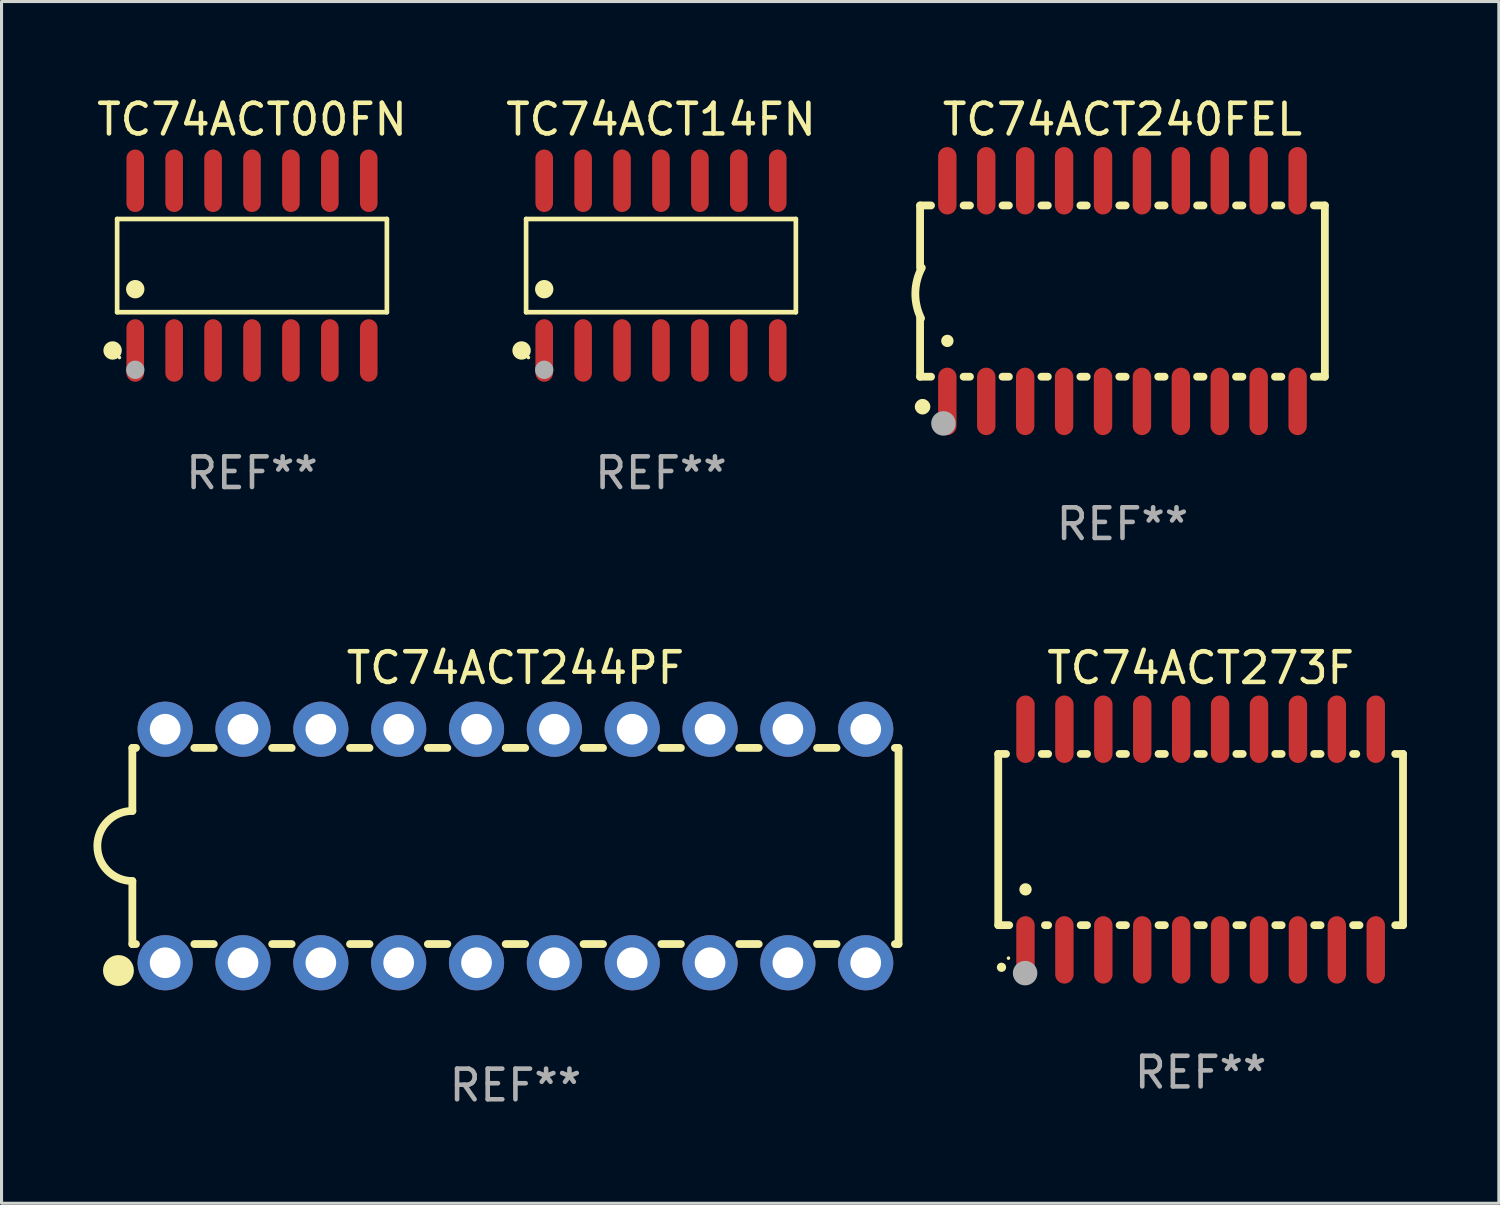
<source format=kicad_pcb>
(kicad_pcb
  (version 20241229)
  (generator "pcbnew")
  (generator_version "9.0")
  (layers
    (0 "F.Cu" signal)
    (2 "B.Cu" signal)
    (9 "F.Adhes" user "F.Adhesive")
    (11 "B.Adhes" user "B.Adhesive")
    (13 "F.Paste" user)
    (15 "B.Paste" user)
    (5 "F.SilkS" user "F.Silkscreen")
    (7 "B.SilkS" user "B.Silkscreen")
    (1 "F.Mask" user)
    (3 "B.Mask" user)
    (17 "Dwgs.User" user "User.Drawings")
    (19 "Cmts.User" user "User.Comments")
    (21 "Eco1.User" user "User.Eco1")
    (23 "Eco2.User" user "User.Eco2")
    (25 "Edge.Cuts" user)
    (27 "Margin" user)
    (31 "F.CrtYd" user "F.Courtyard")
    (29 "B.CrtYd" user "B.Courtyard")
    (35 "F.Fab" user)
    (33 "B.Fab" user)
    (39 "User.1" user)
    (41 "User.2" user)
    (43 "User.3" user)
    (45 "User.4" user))
  (footprint "TC74ACT00FN"
    (layer "F.Cu")
    (at 5.173 5.617)
    (property "Reference" "TC74ACT00FN" (at 0 -4.769 0) (layer "F.SilkS") (effects (font (size 1 1) (thickness 0.15))))
    (attr through_hole)
    (fp_line (start -4.401 -1.521) (end 4.401 -1.521) (stroke (width 0.152) (type solid)) (layer "F.SilkS"))
    (fp_line (start -4.401 1.521) (end -4.401 -1.521) (stroke (width 0.152) (type solid)) (layer "F.SilkS"))
    (fp_line (start 4.401 -1.521) (end 4.401 1.521) (stroke (width 0.152) (type solid)) (layer "F.SilkS"))
    (fp_line (start 4.401 1.521) (end -4.401 1.521) (stroke (width 0.152) (type solid)) (layer "F.SilkS"))
    (fp_circle (center -4.549 2.769) (end -4.399 2.769) (stroke (width 0.3) (type solid)) (fill no) (layer "F.SilkS"))
    (fp_circle (center -4.325 3) (end -4.295 3) (stroke (width 0.06) (type solid)) (fill no) (layer "F.SilkS"))
    (fp_circle (center -3.81 0.769) (end -3.66 0.769) (stroke (width 0.3) (type solid)) (fill no) (layer "F.SilkS"))
    (fp_circle (center -3.81 3.4) (end -3.66 3.4) (stroke (width 0.3) (type solid)) (fill no) (layer "F.Fab"))
    (fp_text user "REF**" (at 0 6.769 0) (layer "F.Fab") (effects (font (size 1 1) (thickness 0.15))))
    (pad "1" smd oval (at -3.81 2.769) (size 0.574 2.038) (layers "F.Cu" "F.Mask" "F.Paste"))
    (pad "2" smd oval (at -2.54 2.769) (size 0.574 2.038) (layers "F.Cu" "F.Mask" "F.Paste"))
    (pad "3" smd oval (at -1.27 2.769) (size 0.574 2.038) (layers "F.Cu" "F.Mask" "F.Paste"))
    (pad "4" smd oval (at 0 2.769) (size 0.574 2.038) (layers "F.Cu" "F.Mask" "F.Paste"))
    (pad "5" smd oval (at 1.27 2.769) (size 0.574 2.038) (layers "F.Cu" "F.Mask" "F.Paste"))
    (pad "6" smd oval (at 2.54 2.769) (size 0.574 2.038) (layers "F.Cu" "F.Mask" "F.Paste"))
    (pad "7" smd oval (at 3.81 2.769) (size 0.574 2.038) (layers "F.Cu" "F.Mask" "F.Paste"))
    (pad "8" smd oval (at 3.81 -2.769) (size 0.574 2.038) (layers "F.Cu" "F.Mask" "F.Paste"))
    (pad "9" smd oval (at 2.54 -2.769) (size 0.574 2.038) (layers "F.Cu" "F.Mask" "F.Paste"))
    (pad "10" smd oval (at 1.27 -2.769) (size 0.574 2.038) (layers "F.Cu" "F.Mask" "F.Paste"))
    (pad "11" smd oval (at 0 -2.769) (size 0.574 2.038) (layers "F.Cu" "F.Mask" "F.Paste"))
    (pad "12" smd oval (at -1.27 -2.769) (size 0.574 2.038) (layers "F.Cu" "F.Mask" "F.Paste"))
    (pad "13" smd oval (at -2.54 -2.769) (size 0.574 2.038) (layers "F.Cu" "F.Mask" "F.Paste"))
    (pad "14" smd oval (at -3.81 -2.769) (size 0.574 2.038) (layers "F.Cu" "F.Mask" "F.Paste")))
  (footprint "TC74ACT273F"
    (layer "F.Cu")
    (at 36.127 24.345)
    (property "Reference" "TC74ACT273F" (at 0 -5.6 0) (layer "F.SilkS") (effects (font (size 1 1) (thickness 0.15))))
    (attr through_hole)
    (fp_line (start -6.604 -2.794) (end -6.604 2.794) (stroke (width 0.254) (type solid)) (layer "F.SilkS"))
    (fp_line (start -6.604 2.794) (end -6.246 2.794) (stroke (width 0.254) (type solid)) (layer "F.SilkS"))
    (fp_line (start -6.35 -2.794) (end -6.604 -2.794) (stroke (width 0.254) (type solid)) (layer "F.SilkS"))
    (fp_line (start -5.184 -2.794) (end -4.976 -2.794) (stroke (width 0.254) (type solid)) (layer "F.SilkS"))
    (fp_line (start -5.08 2.794) (end -4.976 2.794) (stroke (width 0.254) (type solid)) (layer "F.SilkS"))
    (fp_line (start -3.914 -2.794) (end -3.706 -2.794) (stroke (width 0.254) (type solid)) (layer "F.SilkS"))
    (fp_line (start -3.914 2.794) (end -3.706 2.794) (stroke (width 0.254) (type solid)) (layer "F.SilkS"))
    (fp_line (start -2.644 -2.794) (end -2.436 -2.794) (stroke (width 0.254) (type solid)) (layer "F.SilkS"))
    (fp_line (start -2.644 2.794) (end -2.436 2.794) (stroke (width 0.254) (type solid)) (layer "F.SilkS"))
    (fp_line (start -1.374 -2.794) (end -1.166 -2.794) (stroke (width 0.254) (type solid)) (layer "F.SilkS"))
    (fp_line (start -1.374 2.794) (end -1.166 2.794) (stroke (width 0.254) (type solid)) (layer "F.SilkS"))
    (fp_line (start -0.104 -2.794) (end 0.104 -2.794) (stroke (width 0.254) (type solid)) (layer "F.SilkS"))
    (fp_line (start -0.104 2.794) (end 0.104 2.794) (stroke (width 0.254) (type solid)) (layer "F.SilkS"))
    (fp_line (start 1.166 -2.794) (end 1.374 -2.794) (stroke (width 0.254) (type solid)) (layer "F.SilkS"))
    (fp_line (start 1.166 2.794) (end 1.374 2.794) (stroke (width 0.254) (type solid)) (layer "F.SilkS"))
    (fp_line (start 2.436 -2.794) (end 2.644 -2.794) (stroke (width 0.254) (type solid)) (layer "F.SilkS"))
    (fp_line (start 2.436 2.794) (end 2.644 2.794) (stroke (width 0.254) (type solid)) (layer "F.SilkS"))
    (fp_line (start 3.706 -2.794) (end 3.914 -2.794) (stroke (width 0.254) (type solid)) (layer "F.SilkS"))
    (fp_line (start 3.706 2.794) (end 3.914 2.794) (stroke (width 0.254) (type solid)) (layer "F.SilkS"))
    (fp_line (start 4.976 -2.794) (end 5.08 -2.794) (stroke (width 0.254) (type solid)) (layer "F.SilkS"))
    (fp_line (start 4.976 2.794) (end 5.184 2.794) (stroke (width 0.254) (type solid)) (layer "F.SilkS"))
    (fp_line (start 6.35 -2.794) (end 6.604 -2.794) (stroke (width 0.254) (type solid)) (layer "F.SilkS"))
    (fp_line (start 6.604 -2.794) (end 6.604 2.794) (stroke (width 0.254) (type solid)) (layer "F.SilkS"))
    (fp_line (start 6.604 2.794) (end 6.35 2.794) (stroke (width 0.254) (type solid)) (layer "F.SilkS"))
    (fp_arc (start -6.499619 4.167793) (mid -6.498349 4.167788) (end -6.497079 4.167793) (stroke (width 0.3) (type solid)) (layer "F.SilkS"))
    (fp_arc (start -5.715011 1.625603) (mid -5.713741 1.625599) (end -5.712471 1.625603) (stroke (width 0.4) (type solid)) (layer "F.SilkS"))
    (fp_circle (center -6.27 3.87) (end -6.24 3.87) (stroke (width 0.06) (type solid)) (fill no) (layer "F.SilkS"))
    (fp_circle (center -5.727 4.359) (end -5.527 4.359) (stroke (width 0.4) (type solid)) (fill no) (layer "F.Fab"))
    (fp_text user "REF**" (at 0 7.6 0) (layer "F.Fab") (effects (font (size 1 1) (thickness 0.15))))
    (pad "1" smd oval (at -5.715 3.6) (size 0.6 2.2) (layers "F.Cu" "F.Mask" "F.Paste"))
    (pad "2" smd oval (at -4.445 3.6) (size 0.6 2.2) (layers "F.Cu" "F.Mask" "F.Paste"))
    (pad "3" smd oval (at -3.175 3.6) (size 0.6 2.2) (layers "F.Cu" "F.Mask" "F.Paste"))
    (pad "4" smd oval (at -1.905 3.6) (size 0.6 2.2) (layers "F.Cu" "F.Mask" "F.Paste"))
    (pad "5" smd oval (at -0.635 3.6) (size 0.6 2.2) (layers "F.Cu" "F.Mask" "F.Paste"))
    (pad "6" smd oval (at 0.635 3.6) (size 0.6 2.2) (layers "F.Cu" "F.Mask" "F.Paste"))
    (pad "7" smd oval (at 1.905 3.6) (size 0.6 2.2) (layers "F.Cu" "F.Mask" "F.Paste"))
    (pad "8" smd oval (at 3.175 3.6) (size 0.6 2.2) (layers "F.Cu" "F.Mask" "F.Paste"))
    (pad "9" smd oval (at 4.445 3.6) (size 0.6 2.2) (layers "F.Cu" "F.Mask" "F.Paste"))
    (pad "10" smd oval (at 5.715 3.6) (size 0.6 2.2) (layers "F.Cu" "F.Mask" "F.Paste"))
    (pad "11" smd oval (at 5.715 -3.6 180) (size 0.6 2.2) (layers "F.Cu" "F.Mask" "F.Paste"))
    (pad "12" smd oval (at 4.445 -3.6 180) (size 0.6 2.2) (layers "F.Cu" "F.Mask" "F.Paste"))
    (pad "13" smd oval (at 3.175 -3.6 180) (size 0.6 2.2) (layers "F.Cu" "F.Mask" "F.Paste"))
    (pad "14" smd oval (at 1.905 -3.6 180) (size 0.6 2.2) (layers "F.Cu" "F.Mask" "F.Paste"))
    (pad "15" smd oval (at 0.635 -3.6 180) (size 0.6 2.2) (layers "F.Cu" "F.Mask" "F.Paste"))
    (pad "16" smd oval (at -0.635 -3.6 180) (size 0.6 2.2) (layers "F.Cu" "F.Mask" "F.Paste"))
    (pad "17" smd oval (at -1.905 -3.6 180) (size 0.6 2.2) (layers "F.Cu" "F.Mask" "F.Paste"))
    (pad "18" smd oval (at -3.175 -3.6 180) (size 0.6 2.2) (layers "F.Cu" "F.Mask" "F.Paste"))
    (pad "19" smd oval (at -4.445 -3.6 180) (size 0.6 2.2) (layers "F.Cu" "F.Mask" "F.Paste"))
    (pad "20" smd oval (at -5.715 -3.6 180) (size 0.6 2.2) (layers "F.Cu" "F.Mask" "F.Paste")))
  (footprint "TC74ACT240FEL"
    (layer "F.Cu")
    (at 33.577 6.448)
    (property "Reference" "TC74ACT240FEL" (at 0 -5.6 0) (layer "F.SilkS") (effects (font (size 1 1) (thickness 0.15))))
    (attr through_hole)
    (fp_line (start -6.604 -2.794) (end -6.246 -2.794) (stroke (width 0.254) (type solid)) (layer "F.SilkS"))
    (fp_line (start -6.604 -0.762) (end -6.604 -2.794) (stroke (width 0.254) (type solid)) (layer "F.SilkS"))
    (fp_line (start -6.604 2.794) (end -6.604 0.889) (stroke (width 0.254) (type solid)) (layer "F.SilkS"))
    (fp_line (start -6.246 2.794) (end -6.604 2.794) (stroke (width 0.254) (type solid)) (layer "F.SilkS"))
    (fp_line (start -5.184 -2.794) (end -4.976 -2.794) (stroke (width 0.254) (type solid)) (layer "F.SilkS"))
    (fp_line (start -4.976 2.794) (end -5.184 2.794) (stroke (width 0.254) (type solid)) (layer "F.SilkS"))
    (fp_line (start -3.914 -2.794) (end -3.706 -2.794) (stroke (width 0.254) (type solid)) (layer "F.SilkS"))
    (fp_line (start -3.706 2.794) (end -3.914 2.794) (stroke (width 0.254) (type solid)) (layer "F.SilkS"))
    (fp_line (start -2.644 -2.794) (end -2.436 -2.794) (stroke (width 0.254) (type solid)) (layer "F.SilkS"))
    (fp_line (start -2.436 2.794) (end -2.644 2.794) (stroke (width 0.254) (type solid)) (layer "F.SilkS"))
    (fp_line (start -1.374 -2.794) (end -1.166 -2.794) (stroke (width 0.254) (type solid)) (layer "F.SilkS"))
    (fp_line (start -1.166 2.794) (end -1.374 2.794) (stroke (width 0.254) (type solid)) (layer "F.SilkS"))
    (fp_line (start -0.104 -2.794) (end 0.104 -2.794) (stroke (width 0.254) (type solid)) (layer "F.SilkS"))
    (fp_line (start 0.104 2.794) (end -0.104 2.794) (stroke (width 0.254) (type solid)) (layer "F.SilkS"))
    (fp_line (start 1.166 -2.794) (end 1.374 -2.794) (stroke (width 0.254) (type solid)) (layer "F.SilkS"))
    (fp_line (start 1.374 2.794) (end 1.166 2.794) (stroke (width 0.254) (type solid)) (layer "F.SilkS"))
    (fp_line (start 2.436 -2.794) (end 2.644 -2.794) (stroke (width 0.254) (type solid)) (layer "F.SilkS"))
    (fp_line (start 2.644 2.794) (end 2.436 2.794) (stroke (width 0.254) (type solid)) (layer "F.SilkS"))
    (fp_line (start 3.706 -2.794) (end 3.914 -2.794) (stroke (width 0.254) (type solid)) (layer "F.SilkS"))
    (fp_line (start 3.914 2.794) (end 3.706 2.794) (stroke (width 0.254) (type solid)) (layer "F.SilkS"))
    (fp_line (start 4.976 -2.794) (end 5.184 -2.794) (stroke (width 0.254) (type solid)) (layer "F.SilkS"))
    (fp_line (start 5.184 2.794) (end 4.976 2.794) (stroke (width 0.254) (type solid)) (layer "F.SilkS"))
    (fp_line (start 6.246 -2.794) (end 6.604 -2.794) (stroke (width 0.254) (type solid)) (layer "F.SilkS"))
    (fp_line (start 6.604 -2.794) (end 6.604 2.794) (stroke (width 0.254) (type solid)) (layer "F.SilkS"))
    (fp_line (start 6.604 2.794) (end 6.246 2.794) (stroke (width 0.254) (type solid)) (layer "F.SilkS"))
    (fp_arc (start -6.572821 0.889028) (mid -6.759035 0.060466) (end -6.547422 -0.761976) (stroke (width 0.254001) (type solid)) (layer "F.SilkS"))
    (fp_arc (start -6.570993 3.749047) (mid -6.569723 3.749042) (end -6.568453 3.749047) (stroke (width 0.3) (type solid)) (layer "F.SilkS"))
    (fp_arc (start -5.715011 1.625603) (mid -5.713741 1.625599) (end -5.712471 1.625603) (stroke (width 0.4) (type solid)) (layer "F.SilkS"))
    (fp_circle (center -6.523 3.773) (end -6.396 3.773) (stroke (width 0.254) (type solid)) (fill no) (layer "F.SilkS"))
    (fp_circle (center -5.842 4.318) (end -5.642 4.318) (stroke (width 0.4) (type solid)) (fill no) (layer "F.Fab"))
    (fp_text user "REF**" (at 0 7.6 0) (layer "F.Fab") (effects (font (size 1 1) (thickness 0.15))))
    (pad "1" smd oval (at -5.715 3.6) (size 0.6 2.2) (layers "F.Cu" "F.Mask" "F.Paste"))
    (pad "2" smd oval (at -4.445 3.6) (size 0.6 2.2) (layers "F.Cu" "F.Mask" "F.Paste"))
    (pad "3" smd oval (at -3.175 3.6) (size 0.6 2.2) (layers "F.Cu" "F.Mask" "F.Paste"))
    (pad "4" smd oval (at -1.905 3.6) (size 0.6 2.2) (layers "F.Cu" "F.Mask" "F.Paste"))
    (pad "5" smd oval (at -0.635 3.6) (size 0.6 2.2) (layers "F.Cu" "F.Mask" "F.Paste"))
    (pad "6" smd oval (at 0.635 3.6) (size 0.6 2.2) (layers "F.Cu" "F.Mask" "F.Paste"))
    (pad "7" smd oval (at 1.905 3.6) (size 0.6 2.2) (layers "F.Cu" "F.Mask" "F.Paste"))
    (pad "8" smd oval (at 3.175 3.6) (size 0.6 2.2) (layers "F.Cu" "F.Mask" "F.Paste"))
    (pad "9" smd oval (at 4.445 3.6) (size 0.6 2.2) (layers "F.Cu" "F.Mask" "F.Paste"))
    (pad "10" smd oval (at 5.715 3.6) (size 0.6 2.2) (layers "F.Cu" "F.Mask" "F.Paste"))
    (pad "11" smd oval (at 5.715 -3.6 180) (size 0.6 2.2) (layers "F.Cu" "F.Mask" "F.Paste"))
    (pad "12" smd oval (at 4.445 -3.6 180) (size 0.6 2.2) (layers "F.Cu" "F.Mask" "F.Paste"))
    (pad "13" smd oval (at 3.175 -3.6 180) (size 0.6 2.2) (layers "F.Cu" "F.Mask" "F.Paste"))
    (pad "14" smd oval (at 1.905 -3.6 180) (size 0.6 2.2) (layers "F.Cu" "F.Mask" "F.Paste"))
    (pad "15" smd oval (at 0.635 -3.6 180) (size 0.6 2.2) (layers "F.Cu" "F.Mask" "F.Paste"))
    (pad "16" smd oval (at -0.635 -3.6 180) (size 0.6 2.2) (layers "F.Cu" "F.Mask" "F.Paste"))
    (pad "17" smd oval (at -1.905 -3.6 180) (size 0.6 2.2) (layers "F.Cu" "F.Mask" "F.Paste"))
    (pad "18" smd oval (at -3.175 -3.6 180) (size 0.6 2.2) (layers "F.Cu" "F.Mask" "F.Paste"))
    (pad "19" smd oval (at -4.445 -3.6 180) (size 0.6 2.2) (layers "F.Cu" "F.Mask" "F.Paste"))
    (pad "20" smd oval (at -5.715 -3.6 180) (size 0.6 2.2) (layers "F.Cu" "F.Mask" "F.Paste")))
  (footprint "TC74ACT244PF"
    (layer "F.Cu")
    (at 13.769 24.555)
    (property "Reference" "TC74ACT244PF" (at 0 -5.81 0) (layer "F.SilkS") (effects (font (size 1 1) (thickness 0.15))))
    (attr through_hole)
    (fp_line (start -12.5 -3.2) (end -12.5 -1.143) (stroke (width 0.254) (type solid)) (layer "F.SilkS"))
    (fp_line (start -12.5 -3.2) (end -12.382 -3.2) (stroke (width 0.254) (type solid)) (layer "F.SilkS"))
    (fp_line (start -12.5 3.2) (end -12.5 1.143) (stroke (width 0.254) (type solid)) (layer "F.SilkS"))
    (fp_line (start -12.5 3.2) (end -12.382 3.2) (stroke (width 0.254) (type solid)) (layer "F.SilkS"))
    (fp_line (start -10.478 -3.2) (end -9.842 -3.2) (stroke (width 0.254) (type solid)) (layer "F.SilkS"))
    (fp_line (start -10.478 3.2) (end -9.842 3.2) (stroke (width 0.254) (type solid)) (layer "F.SilkS"))
    (fp_line (start -7.938 -3.2) (end -7.302 -3.2) (stroke (width 0.254) (type solid)) (layer "F.SilkS"))
    (fp_line (start -7.938 3.2) (end -7.302 3.2) (stroke (width 0.254) (type solid)) (layer "F.SilkS"))
    (fp_line (start -5.398 -3.2) (end -4.762 -3.2) (stroke (width 0.254) (type solid)) (layer "F.SilkS"))
    (fp_line (start -5.398 3.2) (end -4.762 3.2) (stroke (width 0.254) (type solid)) (layer "F.SilkS"))
    (fp_line (start -2.858 -3.2) (end -2.222 -3.2) (stroke (width 0.254) (type solid)) (layer "F.SilkS"))
    (fp_line (start -2.858 3.2) (end -2.222 3.2) (stroke (width 0.254) (type solid)) (layer "F.SilkS"))
    (fp_line (start -0.318 -3.2) (end 0.318 -3.2) (stroke (width 0.254) (type solid)) (layer "F.SilkS"))
    (fp_line (start -0.318 3.2) (end 0.318 3.2) (stroke (width 0.254) (type solid)) (layer "F.SilkS"))
    (fp_line (start 2.222 -3.2) (end 2.858 -3.2) (stroke (width 0.254) (type solid)) (layer "F.SilkS"))
    (fp_line (start 2.222 3.2) (end 2.858 3.2) (stroke (width 0.254) (type solid)) (layer "F.SilkS"))
    (fp_line (start 4.762 -3.2) (end 5.398 -3.2) (stroke (width 0.254) (type solid)) (layer "F.SilkS"))
    (fp_line (start 4.762 3.2) (end 5.398 3.2) (stroke (width 0.254) (type solid)) (layer "F.SilkS"))
    (fp_line (start 7.302 -3.2) (end 7.938 -3.2) (stroke (width 0.254) (type solid)) (layer "F.SilkS"))
    (fp_line (start 7.302 3.2) (end 7.938 3.2) (stroke (width 0.254) (type solid)) (layer "F.SilkS"))
    (fp_line (start 9.842 -3.2) (end 10.478 -3.2) (stroke (width 0.254) (type solid)) (layer "F.SilkS"))
    (fp_line (start 9.842 3.2) (end 10.478 3.2) (stroke (width 0.254) (type solid)) (layer "F.SilkS"))
    (fp_line (start 12.382 -3.2) (end 12.5 -3.2) (stroke (width 0.254) (type solid)) (layer "F.SilkS"))
    (fp_line (start 12.382 3.2) (end 12.5 3.2) (stroke (width 0.254) (type solid)) (layer "F.SilkS"))
    (fp_line (start 12.5 -3.2) (end 12.5 3.2) (stroke (width 0.254) (type solid)) (layer "F.SilkS"))
    (fp_arc (start -12.500025 1.143002) (mid -13.642367 -0.00033) (end -12.499365 -1.143002) (stroke (width 0.254001) (type solid)) (layer "F.SilkS"))
    (fp_circle (center -12.954 4.064) (end -12.7 4.064) (stroke (width 0.5) (type solid)) (fill no) (layer "F.SilkS"))
    (fp_text user "REF**" (at 0 7.81 0) (layer "F.Fab") (effects (font (size 1 1) (thickness 0.15))))
    (pad "1" thru_hole circle (at -11.43 3.81) (size 1.8 1.8) (drill 1) (layers "*.Cu" "*.Mask"))
    (pad "2" thru_hole circle (at -8.89 3.81) (size 1.8 1.8) (drill 1) (layers "*.Cu" "*.Mask"))
    (pad "3" thru_hole circle (at -6.35 3.81) (size 1.8 1.8) (drill 1) (layers "*.Cu" "*.Mask"))
    (pad "4" thru_hole circle (at -3.81 3.81) (size 1.8 1.8) (drill 1) (layers "*.Cu" "*.Mask"))
    (pad "5" thru_hole circle (at -1.27 3.81) (size 1.8 1.8) (drill 1) (layers "*.Cu" "*.Mask"))
    (pad "6" thru_hole circle (at 1.27 3.81) (size 1.8 1.8) (drill 1) (layers "*.Cu" "*.Mask"))
    (pad "7" thru_hole circle (at 3.81 3.81) (size 1.8 1.8) (drill 1) (layers "*.Cu" "*.Mask"))
    (pad "8" thru_hole circle (at 6.35 3.81) (size 1.8 1.8) (drill 1) (layers "*.Cu" "*.Mask"))
    (pad "9" thru_hole circle (at 8.89 3.81) (size 1.8 1.8) (drill 1) (layers "*.Cu" "*.Mask"))
    (pad "10" thru_hole circle (at 11.43 3.81) (size 1.8 1.8) (drill 1) (layers "*.Cu" "*.Mask"))
    (pad "11" thru_hole circle (at 11.43 -3.81) (size 1.8 1.8) (drill 1) (layers "*.Cu" "*.Mask"))
    (pad "12" thru_hole circle (at 8.89 -3.81) (size 1.8 1.8) (drill 1) (layers "*.Cu" "*.Mask"))
    (pad "13" thru_hole circle (at 6.35 -3.81) (size 1.8 1.8) (drill 1) (layers "*.Cu" "*.Mask"))
    (pad "14" thru_hole circle (at 3.81 -3.81) (size 1.8 1.8) (drill 1) (layers "*.Cu" "*.Mask"))
    (pad "15" thru_hole circle (at 1.27 -3.81) (size 1.8 1.8) (drill 1) (layers "*.Cu" "*.Mask"))
    (pad "16" thru_hole circle (at -1.27 -3.81) (size 1.8 1.8) (drill 1) (layers "*.Cu" "*.Mask"))
    (pad "17" thru_hole circle (at -3.81 -3.81) (size 1.8 1.8) (drill 1) (layers "*.Cu" "*.Mask"))
    (pad "18" thru_hole circle (at -6.35 -3.81) (size 1.8 1.8) (drill 1) (layers "*.Cu" "*.Mask"))
    (pad "19" thru_hole circle (at -8.89 -3.81) (size 1.8 1.8) (drill 1) (layers "*.Cu" "*.Mask"))
    (pad "20" thru_hole circle (at -11.43 -3.81) (size 1.8 1.8) (drill 1) (layers "*.Cu" "*.Mask")))
  (footprint "TC74ACT14FN"
    (layer "F.Cu")
    (at 18.518 5.617)
    (property "Reference" "TC74ACT14FN" (at 0 -4.769 0) (layer "F.SilkS") (effects (font (size 1 1) (thickness 0.15))))
    (attr through_hole)
    (fp_line (start -4.401 -1.521) (end 4.401 -1.521) (stroke (width 0.152) (type solid)) (layer "F.SilkS"))
    (fp_line (start -4.401 1.521) (end -4.401 -1.521) (stroke (width 0.152) (type solid)) (layer "F.SilkS"))
    (fp_line (start 4.401 -1.521) (end 4.401 1.521) (stroke (width 0.152) (type solid)) (layer "F.SilkS"))
    (fp_line (start 4.401 1.521) (end -4.401 1.521) (stroke (width 0.152) (type solid)) (layer "F.SilkS"))
    (fp_circle (center -4.549 2.769) (end -4.399 2.769) (stroke (width 0.3) (type solid)) (fill no) (layer "F.SilkS"))
    (fp_circle (center -4.325 3) (end -4.295 3) (stroke (width 0.06) (type solid)) (fill no) (layer "F.SilkS"))
    (fp_circle (center -3.81 0.769) (end -3.66 0.769) (stroke (width 0.3) (type solid)) (fill no) (layer "F.SilkS"))
    (fp_circle (center -3.81 3.4) (end -3.66 3.4) (stroke (width 0.3) (type solid)) (fill no) (layer "F.Fab"))
    (fp_text user "REF**" (at 0 6.769 0) (layer "F.Fab") (effects (font (size 1 1) (thickness 0.15))))
    (pad "1" smd oval (at -3.81 2.769) (size 0.574 2.038) (layers "F.Cu" "F.Mask" "F.Paste"))
    (pad "2" smd oval (at -2.54 2.769) (size 0.574 2.038) (layers "F.Cu" "F.Mask" "F.Paste"))
    (pad "3" smd oval (at -1.27 2.769) (size 0.574 2.038) (layers "F.Cu" "F.Mask" "F.Paste"))
    (pad "4" smd oval (at 0 2.769) (size 0.574 2.038) (layers "F.Cu" "F.Mask" "F.Paste"))
    (pad "5" smd oval (at 1.27 2.769) (size 0.574 2.038) (layers "F.Cu" "F.Mask" "F.Paste"))
    (pad "6" smd oval (at 2.54 2.769) (size 0.574 2.038) (layers "F.Cu" "F.Mask" "F.Paste"))
    (pad "7" smd oval (at 3.81 2.769) (size 0.574 2.038) (layers "F.Cu" "F.Mask" "F.Paste"))
    (pad "8" smd oval (at 3.81 -2.769) (size 0.574 2.038) (layers "F.Cu" "F.Mask" "F.Paste"))
    (pad "9" smd oval (at 2.54 -2.769) (size 0.574 2.038) (layers "F.Cu" "F.Mask" "F.Paste"))
    (pad "10" smd oval (at 1.27 -2.769) (size 0.574 2.038) (layers "F.Cu" "F.Mask" "F.Paste"))
    (pad "11" smd oval (at 0 -2.769) (size 0.574 2.038) (layers "F.Cu" "F.Mask" "F.Paste"))
    (pad "12" smd oval (at -1.27 -2.769) (size 0.574 2.038) (layers "F.Cu" "F.Mask" "F.Paste"))
    (pad "13" smd oval (at -2.54 -2.769) (size 0.574 2.038) (layers "F.Cu" "F.Mask" "F.Paste"))
    (pad "14" smd oval (at -3.81 -2.769) (size 0.574 2.038) (layers "F.Cu" "F.Mask" "F.Paste")))
  (gr_rect
    (start -3 -3)
    (end 45.858 36.213)
    (stroke (width 0.1) (type default))
    (fill no)
    (layer "Edge.Cuts")))
</source>
